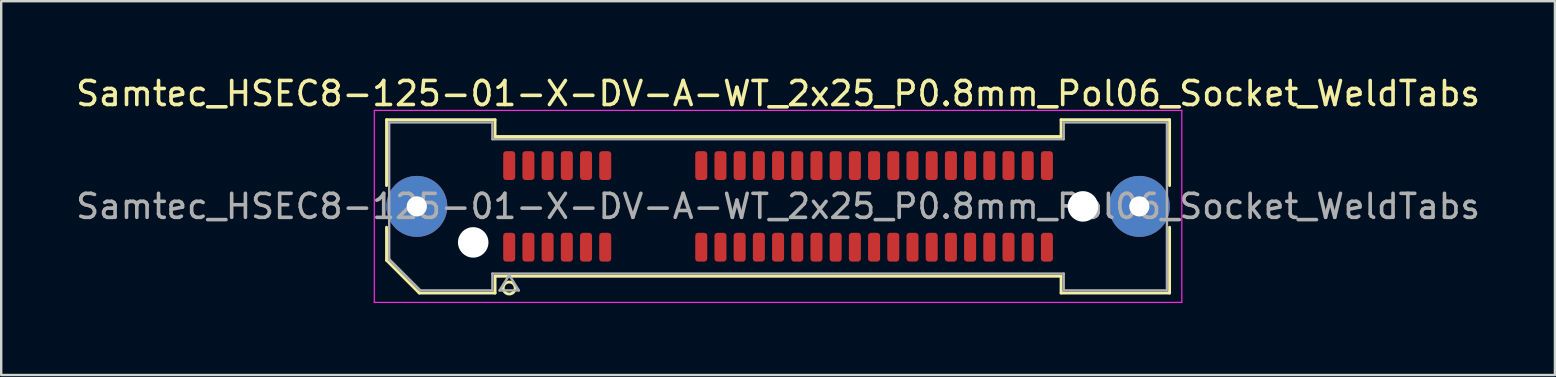
<source format=kicad_pcb>
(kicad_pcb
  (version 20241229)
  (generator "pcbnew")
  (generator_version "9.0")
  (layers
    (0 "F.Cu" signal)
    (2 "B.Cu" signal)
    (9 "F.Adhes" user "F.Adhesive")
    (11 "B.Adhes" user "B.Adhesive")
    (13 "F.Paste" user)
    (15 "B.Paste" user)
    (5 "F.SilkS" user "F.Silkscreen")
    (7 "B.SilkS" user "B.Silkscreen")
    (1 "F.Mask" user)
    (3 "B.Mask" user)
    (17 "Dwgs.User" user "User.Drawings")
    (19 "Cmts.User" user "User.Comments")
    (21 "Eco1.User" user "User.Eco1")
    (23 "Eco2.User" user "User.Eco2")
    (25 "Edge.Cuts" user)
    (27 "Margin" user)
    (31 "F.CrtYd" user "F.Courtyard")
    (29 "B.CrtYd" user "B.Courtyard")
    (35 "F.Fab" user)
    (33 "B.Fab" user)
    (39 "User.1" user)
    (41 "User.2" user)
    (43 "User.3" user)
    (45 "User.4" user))
  (footprint "Samtec_HSEC8-125-01-X-DV-A-WT_2x25_P0.8mm_Pol06_Socket_WeldTabs"
    (layer "F.Cu")
    (at 29.363 5.548)
    (property "Reference" "Samtec_HSEC8-125-01-X-DV-A-WT_2x25_P0.8mm_Pol06_Socket_WeldTabs" (at 0 -4.7 0) (layer "F.SilkS") (effects (font (size 1 1) (thickness 0.15))))
    (attr smd)
    (fp_line (start -16.31 -3.61) (end -11.79 -3.61) (stroke (width 0.12) (type solid)) (layer "F.SilkS"))
    (fp_line (start -16.31 -0.868) (end -16.31 -3.61) (stroke (width 0.12) (type solid)) (layer "F.SilkS"))
    (fp_line (start -16.31 2.246) (end -16.31 0.868) (stroke (width 0.12) (type solid)) (layer "F.SilkS"))
    (fp_line (start -14.946 3.61) (end -16.31 2.246) (stroke (width 0.12) (type solid)) (layer "F.SilkS"))
    (fp_line (start -11.79 -3.61) (end -11.79 -2.91) (stroke (width 0.12) (type solid)) (layer "F.SilkS"))
    (fp_line (start -11.79 -2.91) (end 11.79 -2.91) (stroke (width 0.12) (type solid)) (layer "F.SilkS"))
    (fp_line (start -11.79 2.91) (end -11.79 3.61) (stroke (width 0.12) (type solid)) (layer "F.SilkS"))
    (fp_line (start -11.79 3.61) (end -14.946 3.61) (stroke (width 0.12) (type solid)) (layer "F.SilkS"))
    (fp_line (start 11.79 -3.61) (end 16.31 -3.61) (stroke (width 0.12) (type solid)) (layer "F.SilkS"))
    (fp_line (start 11.79 -2.91) (end 11.79 -3.61) (stroke (width 0.12) (type solid)) (layer "F.SilkS"))
    (fp_line (start 11.79 2.91) (end -11.79 2.91) (stroke (width 0.12) (type solid)) (layer "F.SilkS"))
    (fp_line (start 11.79 3.61) (end 11.79 2.91) (stroke (width 0.12) (type solid)) (layer "F.SilkS"))
    (fp_line (start 16.31 -3.61) (end 16.31 -0.868) (stroke (width 0.12) (type solid)) (layer "F.SilkS"))
    (fp_line (start 16.31 0.868) (end 16.31 3.61) (stroke (width 0.12) (type solid)) (layer "F.SilkS"))
    (fp_line (start 16.31 3.61) (end 11.79 3.61) (stroke (width 0.12) (type solid)) (layer "F.SilkS"))
    (fp_arc (start -10.95 3.4) (mid -11.45 3.4) (end -10.95 3.4) (stroke (width 0.12) (type solid)) (layer "F.SilkS"))
    (fp_line (start -16.82 -4) (end -16.82 4) (stroke (width 0.05) (type solid)) (layer "F.CrtYd"))
    (fp_line (start -16.82 4) (end 16.82 4) (stroke (width 0.05) (type solid)) (layer "F.CrtYd"))
    (fp_line (start 16.82 -4) (end -16.82 -4) (stroke (width 0.05) (type solid)) (layer "F.CrtYd"))
    (fp_line (start 16.82 4) (end 16.82 -4) (stroke (width 0.05) (type solid)) (layer "F.CrtYd"))
    (fp_line (start -16.2 -3.5) (end -11.9 -3.5) (stroke (width 0.1) (type solid)) (layer "F.Fab"))
    (fp_line (start -16.2 2.2) (end -16.2 -3.5) (stroke (width 0.1) (type solid)) (layer "F.Fab"))
    (fp_line (start -14.9 3.5) (end -16.2 2.2) (stroke (width 0.1) (type solid)) (layer "F.Fab"))
    (fp_line (start -11.9 -3.5) (end -11.9 -2.8) (stroke (width 0.1) (type solid)) (layer "F.Fab"))
    (fp_line (start -11.9 -2.8) (end 11.9 -2.8) (stroke (width 0.1) (type solid)) (layer "F.Fab"))
    (fp_line (start -11.9 2.8) (end -11.9 3.5) (stroke (width 0.1) (type solid)) (layer "F.Fab"))
    (fp_line (start -11.9 3.5) (end -14.9 3.5) (stroke (width 0.1) (type solid)) (layer "F.Fab"))
    (fp_line (start -11.6 3.5) (end -11.2 2.86) (stroke (width 0.1) (type solid)) (layer "F.Fab"))
    (fp_line (start -11.2 2.86) (end -10.8 3.5) (stroke (width 0.1) (type solid)) (layer "F.Fab"))
    (fp_line (start -10.8 3.5) (end -11.6 3.5) (stroke (width 0.1) (type solid)) (layer "F.Fab"))
    (fp_line (start 11.9 -3.5) (end 16.2 -3.5) (stroke (width 0.1) (type solid)) (layer "F.Fab"))
    (fp_line (start 11.9 -2.8) (end 11.9 -3.5) (stroke (width 0.1) (type solid)) (layer "F.Fab"))
    (fp_line (start 11.9 2.8) (end -11.9 2.8) (stroke (width 0.1) (type solid)) (layer "F.Fab"))
    (fp_line (start 11.9 3.5) (end 11.9 2.8) (stroke (width 0.1) (type solid)) (layer "F.Fab"))
    (fp_line (start 16.2 -3.5) (end 16.2 3.5) (stroke (width 0.1) (type solid)) (layer "F.Fab"))
    (fp_line (start 16.2 3.5) (end 11.9 3.5) (stroke (width 0.1) (type solid)) (layer "F.Fab"))
    (fp_text user "${REFERENCE}" (at 0 0 0) (layer "F.Fab") (effects (font (size 1 1) (thickness 0.15))))
    (pad "" thru_hole circle (at -15.05 0) (size 2.54 2.54) (drill 0.84) (layers "*.Cu" "*.Mask" "F.Paste"))
    (pad "" np_thru_hole circle (at -12.7 1.5) (size 1.27 1.27) (drill 1.27) (layers "*.Cu" "*.Mask"))
    (pad "" np_thru_hole circle (at 12.7 0) (size 1.27 1.27) (drill 1.27) (layers "*.Cu" "*.Mask"))
    (pad "" thru_hole circle (at 15.05 0) (size 2.54 2.54) (drill 0.84) (layers "*.Cu" "*.Mask" "F.Paste"))
    (pad "1" smd roundrect (at -11.2 1.7) (size 0.5 1.2) (layers "F.Cu" "F.Mask" "F.Paste") (roundrect_rratio 0.25))
    (pad "2" smd roundrect (at -11.2 -1.7) (size 0.5 1.2) (layers "F.Cu" "F.Mask" "F.Paste") (roundrect_rratio 0.25))
    (pad "3" smd roundrect (at -10.4 1.7) (size 0.5 1.2) (layers "F.Cu" "F.Mask" "F.Paste") (roundrect_rratio 0.25))
    (pad "4" smd roundrect (at -10.4 -1.7) (size 0.5 1.2) (layers "F.Cu" "F.Mask" "F.Paste") (roundrect_rratio 0.25))
    (pad "5" smd roundrect (at -9.6 1.7) (size 0.5 1.2) (layers "F.Cu" "F.Mask" "F.Paste") (roundrect_rratio 0.25))
    (pad "6" smd roundrect (at -9.6 -1.7) (size 0.5 1.2) (layers "F.Cu" "F.Mask" "F.Paste") (roundrect_rratio 0.25))
    (pad "7" smd roundrect (at -8.8 1.7) (size 0.5 1.2) (layers "F.Cu" "F.Mask" "F.Paste") (roundrect_rratio 0.25))
    (pad "8" smd roundrect (at -8.8 -1.7) (size 0.5 1.2) (layers "F.Cu" "F.Mask" "F.Paste") (roundrect_rratio 0.25))
    (pad "9" smd roundrect (at -8 1.7) (size 0.5 1.2) (layers "F.Cu" "F.Mask" "F.Paste") (roundrect_rratio 0.25))
    (pad "10" smd roundrect (at -8 -1.7) (size 0.5 1.2) (layers "F.Cu" "F.Mask" "F.Paste") (roundrect_rratio 0.25))
    (pad "11" smd roundrect (at -7.2 1.7) (size 0.5 1.2) (layers "F.Cu" "F.Mask" "F.Paste") (roundrect_rratio 0.25))
    (pad "12" smd roundrect (at -7.2 -1.7) (size 0.5 1.2) (layers "F.Cu" "F.Mask" "F.Paste") (roundrect_rratio 0.25))
    (pad "13" smd roundrect (at -3.2 1.7) (size 0.5 1.2) (layers "F.Cu" "F.Mask" "F.Paste") (roundrect_rratio 0.25))
    (pad "14" smd roundrect (at -3.2 -1.7) (size 0.5 1.2) (layers "F.Cu" "F.Mask" "F.Paste") (roundrect_rratio 0.25))
    (pad "15" smd roundrect (at -2.4 1.7) (size 0.5 1.2) (layers "F.Cu" "F.Mask" "F.Paste") (roundrect_rratio 0.25))
    (pad "16" smd roundrect (at -2.4 -1.7) (size 0.5 1.2) (layers "F.Cu" "F.Mask" "F.Paste") (roundrect_rratio 0.25))
    (pad "17" smd roundrect (at -1.6 1.7) (size 0.5 1.2) (layers "F.Cu" "F.Mask" "F.Paste") (roundrect_rratio 0.25))
    (pad "18" smd roundrect (at -1.6 -1.7) (size 0.5 1.2) (layers "F.Cu" "F.Mask" "F.Paste") (roundrect_rratio 0.25))
    (pad "19" smd roundrect (at -0.8 1.7) (size 0.5 1.2) (layers "F.Cu" "F.Mask" "F.Paste") (roundrect_rratio 0.25))
    (pad "20" smd roundrect (at -0.8 -1.7) (size 0.5 1.2) (layers "F.Cu" "F.Mask" "F.Paste") (roundrect_rratio 0.25))
    (pad "21" smd roundrect (at 0 1.7) (size 0.5 1.2) (layers "F.Cu" "F.Mask" "F.Paste") (roundrect_rratio 0.25))
    (pad "22" smd roundrect (at 0 -1.7) (size 0.5 1.2) (layers "F.Cu" "F.Mask" "F.Paste") (roundrect_rratio 0.25))
    (pad "23" smd roundrect (at 0.8 1.7) (size 0.5 1.2) (layers "F.Cu" "F.Mask" "F.Paste") (roundrect_rratio 0.25))
    (pad "24" smd roundrect (at 0.8 -1.7) (size 0.5 1.2) (layers "F.Cu" "F.Mask" "F.Paste") (roundrect_rratio 0.25))
    (pad "25" smd roundrect (at 1.6 1.7) (size 0.5 1.2) (layers "F.Cu" "F.Mask" "F.Paste") (roundrect_rratio 0.25))
    (pad "26" smd roundrect (at 1.6 -1.7) (size 0.5 1.2) (layers "F.Cu" "F.Mask" "F.Paste") (roundrect_rratio 0.25))
    (pad "27" smd roundrect (at 2.4 1.7) (size 0.5 1.2) (layers "F.Cu" "F.Mask" "F.Paste") (roundrect_rratio 0.25))
    (pad "28" smd roundrect (at 2.4 -1.7) (size 0.5 1.2) (layers "F.Cu" "F.Mask" "F.Paste") (roundrect_rratio 0.25))
    (pad "29" smd roundrect (at 3.2 1.7) (size 0.5 1.2) (layers "F.Cu" "F.Mask" "F.Paste") (roundrect_rratio 0.25))
    (pad "30" smd roundrect (at 3.2 -1.7) (size 0.5 1.2) (layers "F.Cu" "F.Mask" "F.Paste") (roundrect_rratio 0.25))
    (pad "31" smd roundrect (at 4 1.7) (size 0.5 1.2) (layers "F.Cu" "F.Mask" "F.Paste") (roundrect_rratio 0.25))
    (pad "32" smd roundrect (at 4 -1.7) (size 0.5 1.2) (layers "F.Cu" "F.Mask" "F.Paste") (roundrect_rratio 0.25))
    (pad "33" smd roundrect (at 4.8 1.7) (size 0.5 1.2) (layers "F.Cu" "F.Mask" "F.Paste") (roundrect_rratio 0.25))
    (pad "34" smd roundrect (at 4.8 -1.7) (size 0.5 1.2) (layers "F.Cu" "F.Mask" "F.Paste") (roundrect_rratio 0.25))
    (pad "35" smd roundrect (at 5.6 1.7) (size 0.5 1.2) (layers "F.Cu" "F.Mask" "F.Paste") (roundrect_rratio 0.25))
    (pad "36" smd roundrect (at 5.6 -1.7) (size 0.5 1.2) (layers "F.Cu" "F.Mask" "F.Paste") (roundrect_rratio 0.25))
    (pad "37" smd roundrect (at 6.4 1.7) (size 0.5 1.2) (layers "F.Cu" "F.Mask" "F.Paste") (roundrect_rratio 0.25))
    (pad "38" smd roundrect (at 6.4 -1.7) (size 0.5 1.2) (layers "F.Cu" "F.Mask" "F.Paste") (roundrect_rratio 0.25))
    (pad "39" smd roundrect (at 7.2 1.7) (size 0.5 1.2) (layers "F.Cu" "F.Mask" "F.Paste") (roundrect_rratio 0.25))
    (pad "40" smd roundrect (at 7.2 -1.7) (size 0.5 1.2) (layers "F.Cu" "F.Mask" "F.Paste") (roundrect_rratio 0.25))
    (pad "41" smd roundrect (at 8 1.7) (size 0.5 1.2) (layers "F.Cu" "F.Mask" "F.Paste") (roundrect_rratio 0.25))
    (pad "42" smd roundrect (at 8 -1.7) (size 0.5 1.2) (layers "F.Cu" "F.Mask" "F.Paste") (roundrect_rratio 0.25))
    (pad "43" smd roundrect (at 8.8 1.7) (size 0.5 1.2) (layers "F.Cu" "F.Mask" "F.Paste") (roundrect_rratio 0.25))
    (pad "44" smd roundrect (at 8.8 -1.7) (size 0.5 1.2) (layers "F.Cu" "F.Mask" "F.Paste") (roundrect_rratio 0.25))
    (pad "45" smd roundrect (at 9.6 1.7) (size 0.5 1.2) (layers "F.Cu" "F.Mask" "F.Paste") (roundrect_rratio 0.25))
    (pad "46" smd roundrect (at 9.6 -1.7) (size 0.5 1.2) (layers "F.Cu" "F.Mask" "F.Paste") (roundrect_rratio 0.25))
    (pad "47" smd roundrect (at 10.4 1.7) (size 0.5 1.2) (layers "F.Cu" "F.Mask" "F.Paste") (roundrect_rratio 0.25))
    (pad "48" smd roundrect (at 10.4 -1.7) (size 0.5 1.2) (layers "F.Cu" "F.Mask" "F.Paste") (roundrect_rratio 0.25))
    (pad "49" smd roundrect (at 11.2 1.7) (size 0.5 1.2) (layers "F.Cu" "F.Mask" "F.Paste") (roundrect_rratio 0.25))
    (pad "50" smd roundrect (at 11.2 -1.7) (size 0.5 1.2) (layers "F.Cu" "F.Mask" "F.Paste") (roundrect_rratio 0.25)))
  (gr_rect
    (start -3 -3)
    (end 61.726 12.573)
    (stroke (width 0.1) (type default))
    (fill no)
    (layer "Edge.Cuts")))
</source>
